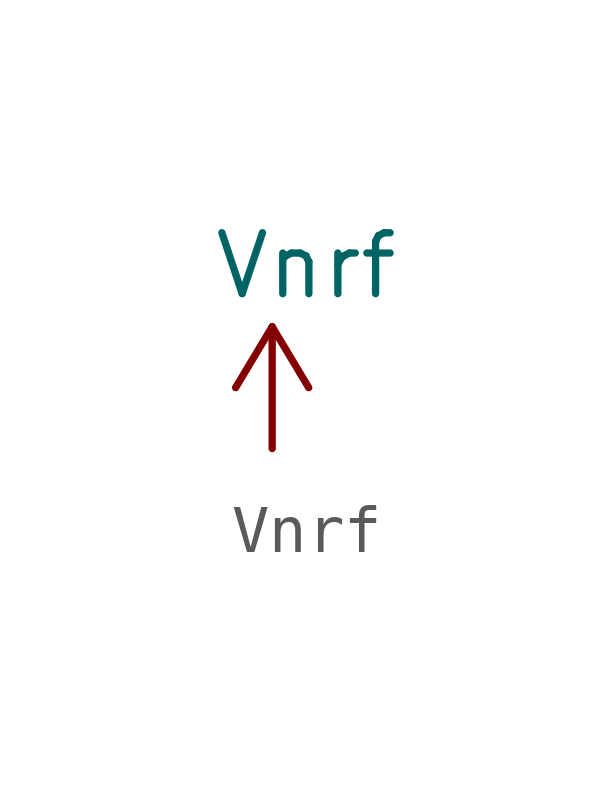
<source format=kicad_sym>
(kicad_symbol_lib
  (version 20211014)
  (generator kicad_symbol_editor)
  (symbol "Vnrf"
    (power)
    (pin_names
      (offset 0))
    (property "Reference" "#PWR?"
      (at -2.54 -3.81 0)
      (effects (font (size 1.27 1.27)) (justify left) hide))
    (property "Value" "Vnrf"
      (at -1.27 3.81 0)
      (effects (font (size 1.27 1.27)) (justify left)))
    (symbol "Vnrf_0_1"
      (polyline (pts (xy -0.762 1.27) (xy 0 2.54)) (stroke (width 0) (type default) (color 0 0 0 0)) (fill (type none)))
      (polyline (pts (xy 0 0) (xy 0 2.54)) (stroke (width 0) (type default) (color 0 0 0 0)) (fill (type none)))
      (polyline (pts (xy 0 2.54) (xy 0.762 1.27)) (stroke (width 0) (type default) (color 0 0 0 0)) (fill (type none))))
    (symbol "Vnrf_1_1"
      (pin power_in line (at 0 0 90) (length 0) hide (name "+3V3" (effects (font (size 1.27 1.27)))) (number "1" (effects (font (size 1.27 1.27))))))))
</source>
